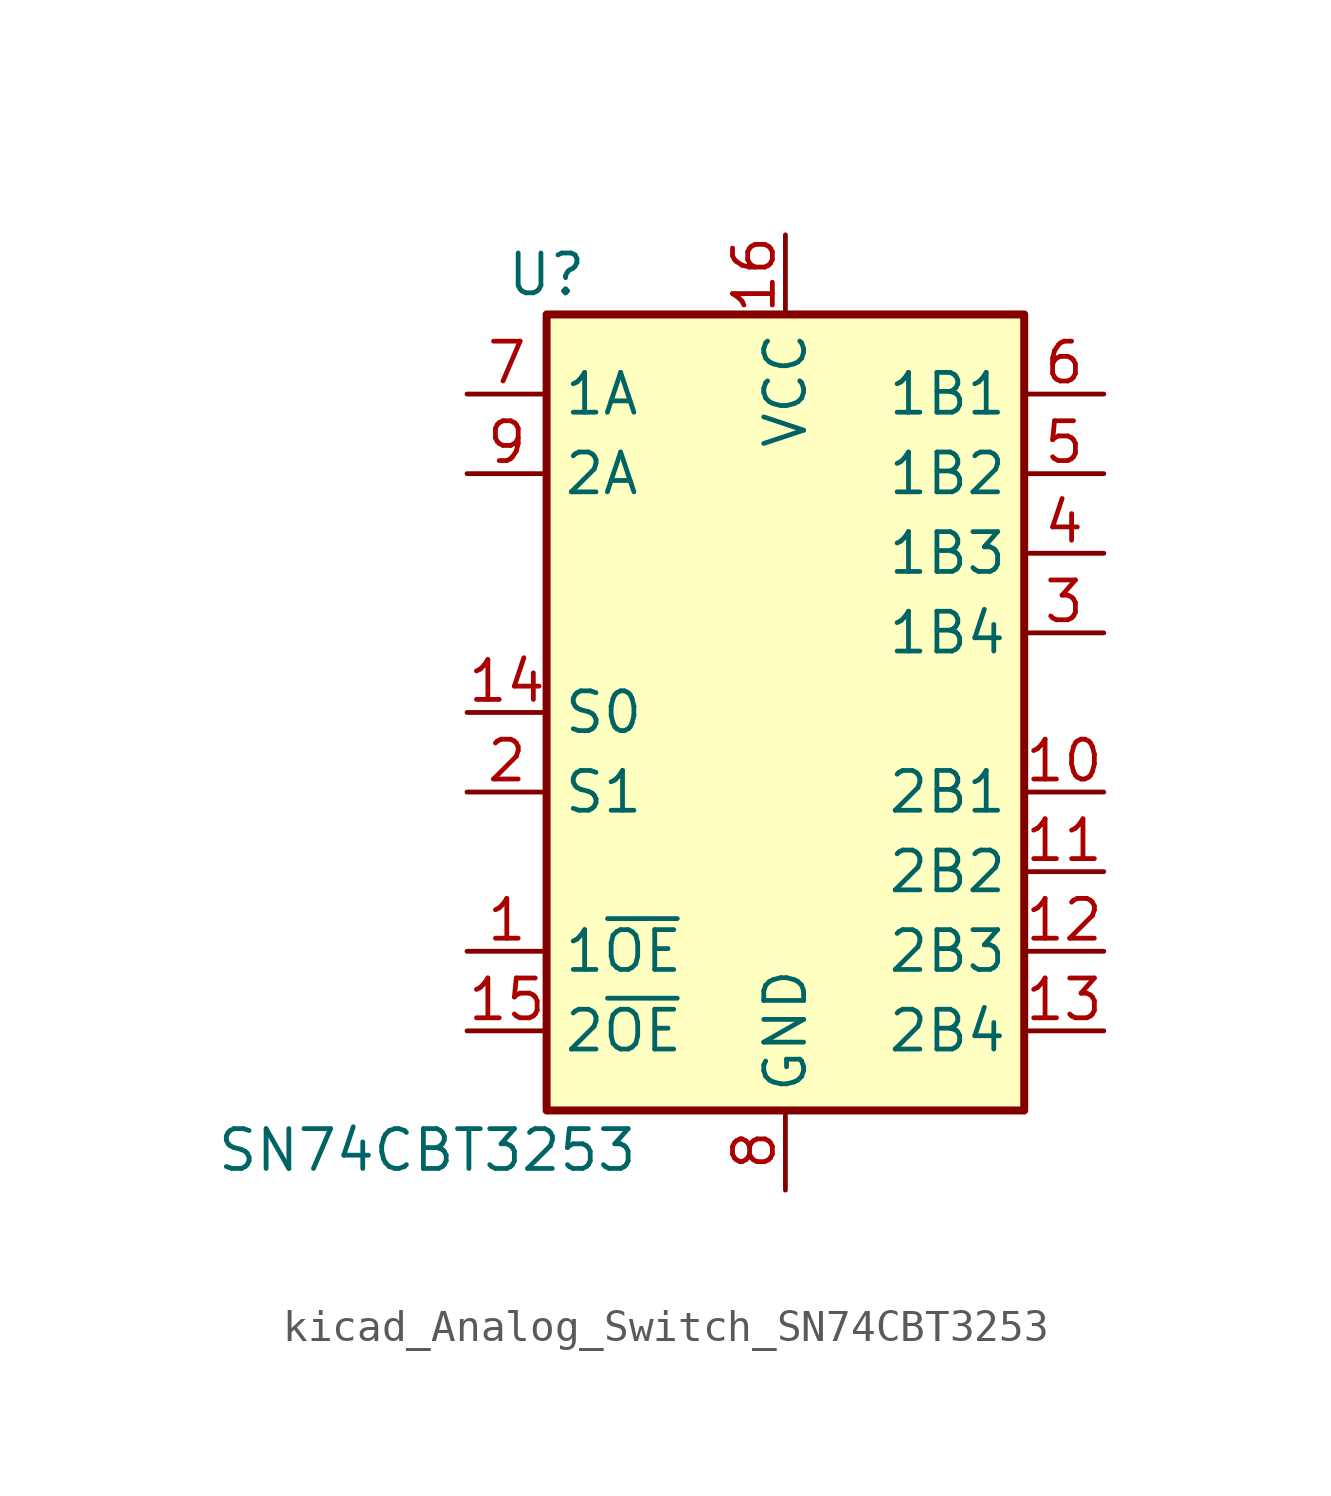
<source format=kicad_sym>
(kicad_symbol_lib
  (version 20220914)
  (generator kicad_symbol_editor)
  (symbol "kicad_Analog_Switch_SN74CBT3253"
    (property "Reference" "U"
      (at -7.62 13.97 0)
      (effects (font (size 1.27 1.27))))
    (property "Value" "SN74CBT3253"
      (at -11.43 -13.97 0)
      (effects (font (size 1.27 1.27))))
    (symbol "kicad_Analog_Switch_SN74CBT3253_0_1"
      (rectangle (start -7.62 12.7) (end 7.62 -12.7) (stroke (width 0.254) (type default)) (fill (type background)))
      (rectangle (start 7.62 -12.7) (end 7.62 -12.7) (stroke (width 0) (type default)) (fill (type none))))
    (symbol "kicad_Analog_Switch_SN74CBT3253_1_1"
      (pin input line (at -10.16 -7.62 0) (length 2.54) (name "1~{OE}" (effects (font (size 1.27 1.27)))) (number "1" (effects (font (size 1.27 1.27)))))
      (pin bidirectional line (at 10.16 -2.54 180) (length 2.54) (name "2B1" (effects (font (size 1.27 1.27)))) (number "10" (effects (font (size 1.27 1.27)))))
      (pin bidirectional line (at 10.16 -5.08 180) (length 2.54) (name "2B2" (effects (font (size 1.27 1.27)))) (number "11" (effects (font (size 1.27 1.27)))))
      (pin bidirectional line (at 10.16 -7.62 180) (length 2.54) (name "2B3" (effects (font (size 1.27 1.27)))) (number "12" (effects (font (size 1.27 1.27)))))
      (pin bidirectional line (at 10.16 -10.16 180) (length 2.54) (name "2B4" (effects (font (size 1.27 1.27)))) (number "13" (effects (font (size 1.27 1.27)))))
      (pin input line (at -10.16 0 0) (length 2.54) (name "S0" (effects (font (size 1.27 1.27)))) (number "14" (effects (font (size 1.27 1.27)))))
      (pin input line (at -10.16 -10.16 0) (length 2.54) (name "2~{OE}" (effects (font (size 1.27 1.27)))) (number "15" (effects (font (size 1.27 1.27)))))
      (pin power_in line (at 0 15.24 270) (length 2.54) (name "VCC" (effects (font (size 1.27 1.27)))) (number "16" (effects (font (size 1.27 1.27)))))
      (pin input line (at -10.16 -2.54 0) (length 2.54) (name "S1" (effects (font (size 1.27 1.27)))) (number "2" (effects (font (size 1.27 1.27)))))
      (pin bidirectional line (at 10.16 2.54 180) (length 2.54) (name "1B4" (effects (font (size 1.27 1.27)))) (number "3" (effects (font (size 1.27 1.27)))))
      (pin bidirectional line (at 10.16 5.08 180) (length 2.54) (name "1B3" (effects (font (size 1.27 1.27)))) (number "4" (effects (font (size 1.27 1.27)))))
      (pin bidirectional line (at 10.16 7.62 180) (length 2.54) (name "1B2" (effects (font (size 1.27 1.27)))) (number "5" (effects (font (size 1.27 1.27)))))
      (pin bidirectional line (at 10.16 10.16 180) (length 2.54) (name "1B1" (effects (font (size 1.27 1.27)))) (number "6" (effects (font (size 1.27 1.27)))))
      (pin bidirectional line (at -10.16 10.16 0) (length 2.54) (name "1A" (effects (font (size 1.27 1.27)))) (number "7" (effects (font (size 1.27 1.27)))))
      (pin power_in line (at 0 -15.24 90) (length 2.54) (name "GND" (effects (font (size 1.27 1.27)))) (number "8" (effects (font (size 1.27 1.27)))))
      (pin bidirectional line (at -10.16 7.62 0) (length 2.54) (name "2A" (effects (font (size 1.27 1.27)))) (number "9" (effects (font (size 1.27 1.27))))))))
</source>
